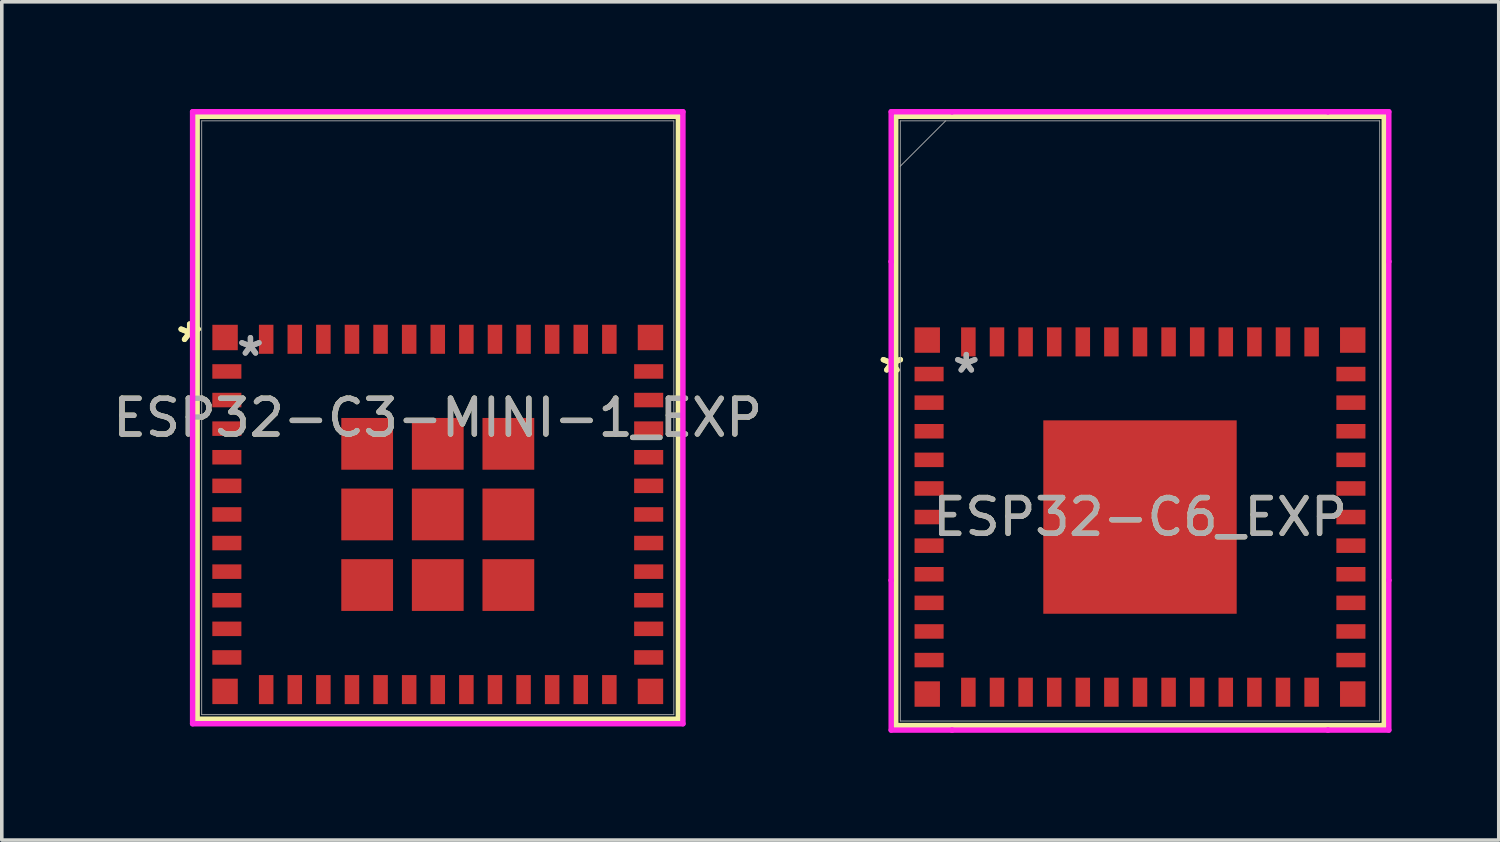
<source format=kicad_pcb>
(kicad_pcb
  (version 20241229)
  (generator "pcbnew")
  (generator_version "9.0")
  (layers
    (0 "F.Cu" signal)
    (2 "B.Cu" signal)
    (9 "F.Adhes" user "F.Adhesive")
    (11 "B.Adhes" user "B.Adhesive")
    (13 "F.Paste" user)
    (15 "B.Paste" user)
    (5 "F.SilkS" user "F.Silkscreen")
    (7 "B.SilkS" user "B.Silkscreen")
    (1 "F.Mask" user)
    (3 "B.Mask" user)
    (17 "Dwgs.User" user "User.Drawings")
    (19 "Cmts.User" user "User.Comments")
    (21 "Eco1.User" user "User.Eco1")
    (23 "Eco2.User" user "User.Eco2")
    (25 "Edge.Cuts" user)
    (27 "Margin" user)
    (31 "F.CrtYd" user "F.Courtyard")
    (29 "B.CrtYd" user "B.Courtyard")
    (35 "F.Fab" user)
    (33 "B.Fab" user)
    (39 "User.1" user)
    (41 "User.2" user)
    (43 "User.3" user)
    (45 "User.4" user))
  (footprint "ESP32-C6_EXP"
    (layer "F.Cu")
    (at 28.84 8.725)
    (property "Reference" "ESP32-C6_EXP" (at 0 2.689 0) (unlocked yes) (layer "F.SilkS") (effects (font (size 1 1) (thickness 0.15))))
    (attr smd)
    (fp_line (start -6.833 -8.522) (end -6.833 8.522) (stroke (width 0.152) (type solid)) (layer "F.SilkS"))
    (fp_line (start -6.833 8.522) (end 6.833 8.522) (stroke (width 0.152) (type solid)) (layer "F.SilkS"))
    (fp_line (start 6.833 -8.522) (end -6.833 -8.522) (stroke (width 0.152) (type solid)) (layer "F.SilkS"))
    (fp_line (start 6.833 8.522) (end 6.833 -8.522) (stroke (width 0.152) (type solid)) (layer "F.SilkS"))
    (fp_poly (pts (xy -2.605 -2.605) (xy -2.605 -1.453) (xy -1.453 -1.453) (xy -1.453 -2.605)) (stroke (width 0) (type solid)) (fill yes) (layer "F.Paste"))
    (fp_poly (pts (xy -2.605 -1.253) (xy -2.605 -0.1) (xy -1.453 -0.1) (xy -1.453 -1.253)) (stroke (width 0) (type solid)) (fill yes) (layer "F.Paste"))
    (fp_poly (pts (xy -2.605 0.1) (xy -2.605 1.253) (xy -1.453 1.253) (xy -1.453 0.1)) (stroke (width 0) (type solid)) (fill yes) (layer "F.Paste"))
    (fp_poly (pts (xy -2.605 1.453) (xy -2.605 2.605) (xy -1.453 2.605) (xy -1.453 1.453)) (stroke (width 0) (type solid)) (fill yes) (layer "F.Paste"))
    (fp_poly (pts (xy -1.253 -2.605) (xy -1.253 -1.453) (xy -0.1 -1.453) (xy -0.1 -2.605)) (stroke (width 0) (type solid)) (fill yes) (layer "F.Paste"))
    (fp_poly (pts (xy -1.253 -1.253) (xy -1.253 -0.1) (xy -0.1 -0.1) (xy -0.1 -1.253)) (stroke (width 0) (type solid)) (fill yes) (layer "F.Paste"))
    (fp_poly (pts (xy -1.253 0.1) (xy -1.253 1.253) (xy -0.1 1.253) (xy -0.1 0.1)) (stroke (width 0) (type solid)) (fill yes) (layer "F.Paste"))
    (fp_poly (pts (xy -1.253 1.453) (xy -1.253 2.605) (xy -0.1 2.605) (xy -0.1 1.453)) (stroke (width 0) (type solid)) (fill yes) (layer "F.Paste"))
    (fp_poly (pts (xy 0.1 -2.605) (xy 0.1 -1.453) (xy 1.253 -1.453) (xy 1.253 -2.605)) (stroke (width 0) (type solid)) (fill yes) (layer "F.Paste"))
    (fp_poly (pts (xy 0.1 -1.253) (xy 0.1 -0.1) (xy 1.253 -0.1) (xy 1.253 -1.253)) (stroke (width 0) (type solid)) (fill yes) (layer "F.Paste"))
    (fp_poly (pts (xy 0.1 0.1) (xy 0.1 1.253) (xy 1.253 1.253) (xy 1.253 0.1)) (stroke (width 0) (type solid)) (fill yes) (layer "F.Paste"))
    (fp_poly (pts (xy 0.1 1.453) (xy 0.1 2.605) (xy 1.253 2.605) (xy 1.253 1.453)) (stroke (width 0) (type solid)) (fill yes) (layer "F.Paste"))
    (fp_poly (pts (xy 1.453 -2.605) (xy 1.453 -1.453) (xy 2.605 -1.453) (xy 2.605 -2.605)) (stroke (width 0) (type solid)) (fill yes) (layer "F.Paste"))
    (fp_poly (pts (xy 1.453 -1.253) (xy 1.453 -0.1) (xy 2.605 -0.1) (xy 2.605 -1.253)) (stroke (width 0) (type solid)) (fill yes) (layer "F.Paste"))
    (fp_poly (pts (xy 1.453 0.1) (xy 1.453 1.253) (xy 2.605 1.253) (xy 2.605 0.1)) (stroke (width 0) (type solid)) (fill yes) (layer "F.Paste"))
    (fp_poly (pts (xy 1.453 1.453) (xy 1.453 2.605) (xy 2.605 2.605) (xy 2.605 1.453)) (stroke (width 0) (type solid)) (fill yes) (layer "F.Paste"))
    (fp_line (start -6.96 -8.649) (end -5.258 -8.649) (stroke (width 0.152) (type solid)) (layer "F.CrtYd"))
    (fp_line (start -6.96 -4.458) (end -6.96 -8.649) (stroke (width 0.152) (type solid)) (layer "F.CrtYd"))
    (fp_line (start -6.96 -4.458) (end -6.96 -4.458) (stroke (width 0.152) (type solid)) (layer "F.CrtYd"))
    (fp_line (start -6.96 4.458) (end -6.96 -4.458) (stroke (width 0.152) (type solid)) (layer "F.CrtYd"))
    (fp_line (start -6.96 4.458) (end -6.96 4.458) (stroke (width 0.152) (type solid)) (layer "F.CrtYd"))
    (fp_line (start -6.96 8.649) (end -6.96 4.458) (stroke (width 0.152) (type solid)) (layer "F.CrtYd"))
    (fp_line (start -5.258 -8.649) (end -5.258 -8.649) (stroke (width 0.152) (type solid)) (layer "F.CrtYd"))
    (fp_line (start -5.258 -8.649) (end 5.258 -8.649) (stroke (width 0.152) (type solid)) (layer "F.CrtYd"))
    (fp_line (start -5.258 8.649) (end -6.96 8.649) (stroke (width 0.152) (type solid)) (layer "F.CrtYd"))
    (fp_line (start -5.258 8.649) (end -5.258 8.649) (stroke (width 0.152) (type solid)) (layer "F.CrtYd"))
    (fp_line (start 5.258 -8.649) (end 5.258 -8.649) (stroke (width 0.152) (type solid)) (layer "F.CrtYd"))
    (fp_line (start 5.258 -8.649) (end 6.96 -8.649) (stroke (width 0.152) (type solid)) (layer "F.CrtYd"))
    (fp_line (start 5.258 8.649) (end -5.258 8.649) (stroke (width 0.152) (type solid)) (layer "F.CrtYd"))
    (fp_line (start 5.258 8.649) (end 5.258 8.649) (stroke (width 0.152) (type solid)) (layer "F.CrtYd"))
    (fp_line (start 6.96 -8.649) (end 6.96 -4.458) (stroke (width 0.152) (type solid)) (layer "F.CrtYd"))
    (fp_line (start 6.96 -4.458) (end 6.96 -4.458) (stroke (width 0.152) (type solid)) (layer "F.CrtYd"))
    (fp_line (start 6.96 -4.458) (end 6.96 4.458) (stroke (width 0.152) (type solid)) (layer "F.CrtYd"))
    (fp_line (start 6.96 4.458) (end 6.96 4.458) (stroke (width 0.152) (type solid)) (layer "F.CrtYd"))
    (fp_line (start 6.96 4.458) (end 6.96 8.649) (stroke (width 0.152) (type solid)) (layer "F.CrtYd"))
    (fp_line (start 6.96 8.649) (end 5.258 8.649) (stroke (width 0.152) (type solid)) (layer "F.CrtYd"))
    (fp_line (start -6.706 -8.395) (end -6.706 8.395) (stroke (width 0.025) (type solid)) (layer "F.Fab"))
    (fp_line (start -6.706 -7.125) (end -5.436 -8.395) (stroke (width 0.025) (type solid)) (layer "F.Fab"))
    (fp_line (start -6.706 8.395) (end 6.706 8.395) (stroke (width 0.025) (type solid)) (layer "F.Fab"))
    (fp_line (start 6.706 -8.395) (end -6.706 -8.395) (stroke (width 0.025) (type solid)) (layer "F.Fab"))
    (fp_line (start 6.706 8.395) (end 6.706 -8.395) (stroke (width 0.025) (type solid)) (layer "F.Fab"))
    (fp_text user "*" (at -6.941 -1.311 0) (unlocked yes) (layer "F.SilkS") (effects (font (size 1 1) (thickness 0.15))))
    (fp_text user "*" (at -6.941 -1.311 0) (layer "F.SilkS") (effects (font (size 1 1) (thickness 0.15))))
    (fp_text user "${REFERENCE}" (at 0 2.689 0) (unlocked yes) (layer "F.Fab") (effects (font (size 1 1) (thickness 0.15))))
    (fp_text user "*" (at -4.859 -1.311 0) (unlocked yes) (layer "F.Fab") (effects (font (size 1 1) (thickness 0.15))))
    (fp_text user "*" (at -4.859 -1.311 0) (layer "F.Fab") (effects (font (size 1 1) (thickness 0.15))))
    (pad "1" smd rect (at -5.9 -1.311) (size 0.813 0.406) (layers "F.Cu" "F.Mask" "F.Paste"))
    (pad "2" smd rect (at -5.9 -0.511) (size 0.813 0.406) (layers "F.Cu" "F.Mask" "F.Paste"))
    (pad "3" smd rect (at -5.9 0.289) (size 0.813 0.406) (layers "F.Cu" "F.Mask" "F.Paste"))
    (pad "4" smd rect (at -5.9 1.089) (size 0.813 0.406) (layers "F.Cu" "F.Mask" "F.Paste"))
    (pad "5" smd rect (at -5.9 1.889) (size 0.813 0.406) (layers "F.Cu" "F.Mask" "F.Paste"))
    (pad "6" smd rect (at -5.9 2.689) (size 0.813 0.406) (layers "F.Cu" "F.Mask" "F.Paste"))
    (pad "7" smd rect (at -5.9 3.489) (size 0.813 0.406) (layers "F.Cu" "F.Mask" "F.Paste"))
    (pad "8" smd rect (at -5.9 4.289) (size 0.813 0.406) (layers "F.Cu" "F.Mask" "F.Paste"))
    (pad "9" smd rect (at -5.9 5.089) (size 0.813 0.406) (layers "F.Cu" "F.Mask" "F.Paste"))
    (pad "10" smd rect (at -5.9 5.889) (size 0.813 0.406) (layers "F.Cu" "F.Mask" "F.Paste"))
    (pad "11" smd rect (at -5.9 6.69) (size 0.813 0.406) (layers "F.Cu" "F.Mask" "F.Paste"))
    (pad "12" smd rect (at -4.801 7.589 90) (size 0.813 0.406) (layers "F.Cu" "F.Mask" "F.Paste"))
    (pad "13" smd rect (at -4 7.589 90) (size 0.813 0.406) (layers "F.Cu" "F.Mask" "F.Paste"))
    (pad "14" smd rect (at -3.2 7.589 90) (size 0.813 0.406) (layers "F.Cu" "F.Mask" "F.Paste"))
    (pad "15" smd rect (at -2.4 7.589 90) (size 0.813 0.406) (layers "F.Cu" "F.Mask" "F.Paste"))
    (pad "16" smd rect (at -1.6 7.589 90) (size 0.813 0.406) (layers "F.Cu" "F.Mask" "F.Paste"))
    (pad "17" smd rect (at -0.8 7.589 90) (size 0.813 0.406) (layers "F.Cu" "F.Mask" "F.Paste"))
    (pad "18" smd rect (at 0 7.589 90) (size 0.813 0.406) (layers "F.Cu" "F.Mask" "F.Paste"))
    (pad "19" smd rect (at 0.8 7.589 90) (size 0.813 0.406) (layers "F.Cu" "F.Mask" "F.Paste"))
    (pad "20" smd rect (at 1.6 7.589 90) (size 0.813 0.406) (layers "F.Cu" "F.Mask" "F.Paste"))
    (pad "21" smd rect (at 2.4 7.589 90) (size 0.813 0.406) (layers "F.Cu" "F.Mask" "F.Paste"))
    (pad "22" smd rect (at 3.2 7.589 90) (size 0.813 0.406) (layers "F.Cu" "F.Mask" "F.Paste"))
    (pad "23" smd rect (at 4 7.589 90) (size 0.813 0.406) (layers "F.Cu" "F.Mask" "F.Paste"))
    (pad "24" smd rect (at 4.801 7.589 90) (size 0.813 0.406) (layers "F.Cu" "F.Mask" "F.Paste"))
    (pad "25" smd rect (at 5.9 6.69) (size 0.813 0.406) (layers "F.Cu" "F.Mask" "F.Paste"))
    (pad "26" smd rect (at 5.9 5.889) (size 0.813 0.406) (layers "F.Cu" "F.Mask" "F.Paste"))
    (pad "27" smd rect (at 5.9 5.089) (size 0.813 0.406) (layers "F.Cu" "F.Mask" "F.Paste"))
    (pad "28" smd rect (at 5.9 4.289) (size 0.813 0.406) (layers "F.Cu" "F.Mask" "F.Paste"))
    (pad "29" smd rect (at 5.9 3.489) (size 0.813 0.406) (layers "F.Cu" "F.Mask" "F.Paste"))
    (pad "30" smd rect (at 5.9 2.689) (size 0.813 0.406) (layers "F.Cu" "F.Mask" "F.Paste"))
    (pad "31" smd rect (at 5.9 1.889) (size 0.813 0.406) (layers "F.Cu" "F.Mask" "F.Paste"))
    (pad "32" smd rect (at 5.9 1.089) (size 0.813 0.406) (layers "F.Cu" "F.Mask" "F.Paste"))
    (pad "33" smd rect (at 5.9 0.289) (size 0.813 0.406) (layers "F.Cu" "F.Mask" "F.Paste"))
    (pad "34" smd rect (at 5.9 -0.511) (size 0.813 0.406) (layers "F.Cu" "F.Mask" "F.Paste"))
    (pad "35" smd rect (at 5.9 -1.311) (size 0.813 0.406) (layers "F.Cu" "F.Mask" "F.Paste"))
    (pad "36" smd rect (at 4.801 -2.211 90) (size 0.813 0.406) (layers "F.Cu" "F.Mask" "F.Paste"))
    (pad "37" smd rect (at 4 -2.211 90) (size 0.813 0.406) (layers "F.Cu" "F.Mask" "F.Paste"))
    (pad "38" smd rect (at 3.2 -2.211 90) (size 0.813 0.406) (layers "F.Cu" "F.Mask" "F.Paste"))
    (pad "39" smd rect (at 2.4 -2.211 90) (size 0.813 0.406) (layers "F.Cu" "F.Mask" "F.Paste"))
    (pad "40" smd rect (at 1.6 -2.211 90) (size 0.813 0.406) (layers "F.Cu" "F.Mask" "F.Paste"))
    (pad "41" smd rect (at 0.8 -2.211 90) (size 0.813 0.406) (layers "F.Cu" "F.Mask" "F.Paste"))
    (pad "42" smd rect (at 0 -2.211 90) (size 0.813 0.406) (layers "F.Cu" "F.Mask" "F.Paste"))
    (pad "43" smd rect (at -0.8 -2.211 90) (size 0.813 0.406) (layers "F.Cu" "F.Mask" "F.Paste"))
    (pad "44" smd rect (at -1.6 -2.211 90) (size 0.813 0.406) (layers "F.Cu" "F.Mask" "F.Paste"))
    (pad "45" smd rect (at -2.4 -2.211 90) (size 0.813 0.406) (layers "F.Cu" "F.Mask" "F.Paste"))
    (pad "46" smd rect (at -3.2 -2.211 90) (size 0.813 0.406) (layers "F.Cu" "F.Mask" "F.Paste"))
    (pad "47" smd rect (at -4 -2.211 90) (size 0.813 0.406) (layers "F.Cu" "F.Mask" "F.Paste"))
    (pad "48" smd rect (at -4.801 -2.211 90) (size 0.813 0.406) (layers "F.Cu" "F.Mask" "F.Paste"))
    (pad "49" smd rect (at 0 2.689) (size 5.41 5.41) (layers "F.Cu" "F.Mask"))
    (pad "50" smd rect (at 5.951 7.64) (size 0.711 0.711) (layers "F.Cu" "F.Mask" "F.Paste"))
    (pad "51" smd rect (at 5.951 -2.262) (size 0.711 0.711) (layers "F.Cu" "F.Mask" "F.Paste"))
    (pad "52" smd rect (at -5.951 7.64) (size 0.711 0.711) (layers "F.Cu" "F.Mask" "F.Paste"))
    (pad "53" smd rect (at -5.951 -2.262) (size 0.711 0.711) (layers "F.Cu" "F.Mask" "F.Paste")))
  (footprint "ESP32-C3-MINI-1_EXP"
    (layer "F.Cu")
    (at 9.196 8.636)
    (property "Reference" "ESP32-C3-MINI-1_EXP" (at 0 0 0) (unlocked yes) (layer "F.SilkS") (effects (font (size 1 1) (thickness 0.15))))
    (attr smd)
    (fp_line (start -6.731 -8.433) (end 6.731 -8.433) (stroke (width 0.152) (type solid)) (layer "F.SilkS"))
    (fp_line (start -6.731 8.433) (end -6.731 -8.433) (stroke (width 0.152) (type solid)) (layer "F.SilkS"))
    (fp_line (start 6.731 -8.433) (end 6.731 8.433) (stroke (width 0.152) (type solid)) (layer "F.SilkS"))
    (fp_line (start 6.731 8.433) (end -6.731 8.433) (stroke (width 0.152) (type solid)) (layer "F.SilkS"))
    (fp_poly (pts (xy -6.604 -8.306) (xy -6.604 -2.896) (xy 6.604 -2.896) (xy 6.604 -8.306)) (stroke (width 0.1) (type solid)) (fill no) (layer "Eco2.User"))
    (fp_line (start -6.858 -8.56) (end -6.858 8.56) (stroke (width 0.152) (type solid)) (layer "F.CrtYd"))
    (fp_line (start -6.858 8.56) (end 6.858 8.56) (stroke (width 0.152) (type solid)) (layer "F.CrtYd"))
    (fp_line (start 6.858 -8.56) (end -6.858 -8.56) (stroke (width 0.152) (type solid)) (layer "F.CrtYd"))
    (fp_line (start 6.858 8.56) (end 6.858 -8.56) (stroke (width 0.152) (type solid)) (layer "F.CrtYd"))
    (fp_line (start -6.604 -8.306) (end -6.604 8.306) (stroke (width 0.025) (type solid)) (layer "F.Fab"))
    (fp_line (start -6.604 8.306) (end 6.604 8.306) (stroke (width 0.025) (type solid)) (layer "F.Fab"))
    (fp_line (start 6.604 -8.306) (end -6.604 -8.306) (stroke (width 0.025) (type solid)) (layer "F.Fab"))
    (fp_line (start 6.604 8.306) (end 6.604 -8.306) (stroke (width 0.025) (type solid)) (layer "F.Fab"))
    (fp_text user "*" (at -6.941 -2.076 0) (layer "F.SilkS") (effects (font (size 1 1) (thickness 0.15))))
    (fp_text user "*" (at -6.941 -2.076 0) (unlocked yes) (layer "F.SilkS") (effects (font (size 1 1) (thickness 0.15))))
    (fp_text user "*" (at -5.24 -1.695 0) (unlocked yes) (layer "F.Fab") (effects (font (size 1 1) (thickness 0.15))))
    (fp_text user "${REFERENCE}" (at 0 0 0) (unlocked yes) (layer "F.Fab") (effects (font (size 1 1) (thickness 0.15))))
    (fp_text user "*" (at -5.24 -1.695 0) (layer "F.Fab") (effects (font (size 1 1) (thickness 0.15))))
    (pad "1" smd rect (at -5.9 -1.295 90) (size 0.406 0.813) (layers "F.Cu" "F.Mask" "F.Paste"))
    (pad "2" smd rect (at -5.9 -0.495 90) (size 0.406 0.813) (layers "F.Cu" "F.Mask" "F.Paste"))
    (pad "3" smd rect (at -5.9 0.305 90) (size 0.406 0.813) (layers "F.Cu" "F.Mask" "F.Paste"))
    (pad "4" smd rect (at -5.9 1.105 90) (size 0.406 0.813) (layers "F.Cu" "F.Mask" "F.Paste"))
    (pad "5" smd rect (at -5.9 1.905 90) (size 0.406 0.813) (layers "F.Cu" "F.Mask" "F.Paste"))
    (pad "6" smd rect (at -5.9 2.705 90) (size 0.406 0.813) (layers "F.Cu" "F.Mask" "F.Paste"))
    (pad "7" smd rect (at -5.9 3.505 90) (size 0.406 0.813) (layers "F.Cu" "F.Mask" "F.Paste"))
    (pad "8" smd rect (at -5.9 4.305 90) (size 0.406 0.813) (layers "F.Cu" "F.Mask" "F.Paste"))
    (pad "9" smd rect (at -5.9 5.105 90) (size 0.406 0.813) (layers "F.Cu" "F.Mask" "F.Paste"))
    (pad "10" smd rect (at -5.9 5.905 90) (size 0.406 0.813) (layers "F.Cu" "F.Mask" "F.Paste"))
    (pad "11" smd rect (at -5.9 6.705 90) (size 0.406 0.813) (layers "F.Cu" "F.Mask" "F.Paste"))
    (pad "12" smd rect (at -4.8 7.605) (size 0.406 0.813) (layers "F.Cu" "F.Mask" "F.Paste"))
    (pad "13" smd rect (at -4 7.605) (size 0.406 0.813) (layers "F.Cu" "F.Mask" "F.Paste"))
    (pad "14" smd rect (at -3.2 7.605) (size 0.406 0.813) (layers "F.Cu" "F.Mask" "F.Paste"))
    (pad "15" smd rect (at -2.4 7.605) (size 0.406 0.813) (layers "F.Cu" "F.Mask" "F.Paste"))
    (pad "16" smd rect (at -1.6 7.605) (size 0.406 0.813) (layers "F.Cu" "F.Mask" "F.Paste"))
    (pad "17" smd rect (at -0.8 7.605) (size 0.406 0.813) (layers "F.Cu" "F.Mask" "F.Paste"))
    (pad "18" smd rect (at 0 7.605) (size 0.406 0.813) (layers "F.Cu" "F.Mask" "F.Paste"))
    (pad "19" smd rect (at 0.8 7.605) (size 0.406 0.813) (layers "F.Cu" "F.Mask" "F.Paste"))
    (pad "20" smd rect (at 1.6 7.605) (size 0.406 0.813) (layers "F.Cu" "F.Mask" "F.Paste"))
    (pad "21" smd rect (at 2.4 7.605) (size 0.406 0.813) (layers "F.Cu" "F.Mask" "F.Paste"))
    (pad "22" smd rect (at 3.2 7.605) (size 0.406 0.813) (layers "F.Cu" "F.Mask" "F.Paste"))
    (pad "23" smd rect (at 4 7.605) (size 0.406 0.813) (layers "F.Cu" "F.Mask" "F.Paste"))
    (pad "24" smd rect (at 4.8 7.605) (size 0.406 0.813) (layers "F.Cu" "F.Mask" "F.Paste"))
    (pad "25" smd rect (at 5.9 6.705 90) (size 0.406 0.813) (layers "F.Cu" "F.Mask" "F.Paste"))
    (pad "26" smd rect (at 5.9 5.905 90) (size 0.406 0.813) (layers "F.Cu" "F.Mask" "F.Paste"))
    (pad "27" smd rect (at 5.9 5.105 90) (size 0.406 0.813) (layers "F.Cu" "F.Mask" "F.Paste"))
    (pad "28" smd rect (at 5.9 4.305 90) (size 0.406 0.813) (layers "F.Cu" "F.Mask" "F.Paste"))
    (pad "29" smd rect (at 5.9 3.505 90) (size 0.406 0.813) (layers "F.Cu" "F.Mask" "F.Paste"))
    (pad "30" smd rect (at 5.9 2.705 90) (size 0.406 0.813) (layers "F.Cu" "F.Mask" "F.Paste"))
    (pad "31" smd rect (at 5.9 1.905 90) (size 0.406 0.813) (layers "F.Cu" "F.Mask" "F.Paste"))
    (pad "32" smd rect (at 5.9 1.105 90) (size 0.406 0.813) (layers "F.Cu" "F.Mask" "F.Paste"))
    (pad "33" smd rect (at 5.9 0.305 90) (size 0.406 0.813) (layers "F.Cu" "F.Mask" "F.Paste"))
    (pad "34" smd rect (at 5.9 -0.495 90) (size 0.406 0.813) (layers "F.Cu" "F.Mask" "F.Paste"))
    (pad "35" smd rect (at 5.9 -1.295 90) (size 0.406 0.813) (layers "F.Cu" "F.Mask" "F.Paste"))
    (pad "36" smd rect (at 4.8 -2.195) (size 0.406 0.813) (layers "F.Cu" "F.Mask" "F.Paste"))
    (pad "37" smd rect (at 4 -2.195) (size 0.406 0.813) (layers "F.Cu" "F.Mask" "F.Paste"))
    (pad "38" smd rect (at 3.2 -2.195) (size 0.406 0.813) (layers "F.Cu" "F.Mask" "F.Paste"))
    (pad "39" smd rect (at 2.4 -2.195) (size 0.406 0.813) (layers "F.Cu" "F.Mask" "F.Paste"))
    (pad "40" smd rect (at 1.6 -2.195) (size 0.406 0.813) (layers "F.Cu" "F.Mask" "F.Paste"))
    (pad "41" smd rect (at 0.8 -2.195) (size 0.406 0.813) (layers "F.Cu" "F.Mask" "F.Paste"))
    (pad "42" smd rect (at 0 -2.195) (size 0.406 0.813) (layers "F.Cu" "F.Mask" "F.Paste"))
    (pad "43" smd rect (at -0.8 -2.195) (size 0.406 0.813) (layers "F.Cu" "F.Mask" "F.Paste"))
    (pad "44" smd rect (at -1.6 -2.195) (size 0.406 0.813) (layers "F.Cu" "F.Mask" "F.Paste"))
    (pad "45" smd rect (at -2.4 -2.195) (size 0.406 0.813) (layers "F.Cu" "F.Mask" "F.Paste"))
    (pad "46" smd rect (at -3.2 -2.195) (size 0.406 0.813) (layers "F.Cu" "F.Mask" "F.Paste"))
    (pad "47" smd rect (at -4 -2.195) (size 0.406 0.813) (layers "F.Cu" "F.Mask" "F.Paste"))
    (pad "48" smd rect (at -4.8 -2.195) (size 0.406 0.813) (layers "F.Cu" "F.Mask" "F.Paste"))
    (pad "49" smd rect (at 0 2.705 90) (size 1.448 1.448) (layers "F.Cu" "F.Mask" "F.Paste"))
    (pad "50" smd rect (at 5.95 -2.245 90) (size 0.711 0.711) (layers "F.Cu" "F.Mask" "F.Paste"))
    (pad "51" smd rect (at 5.95 7.655 90) (size 0.711 0.711) (layers "F.Cu" "F.Mask" "F.Paste"))
    (pad "52" smd rect (at -5.95 7.655 90) (size 0.711 0.711) (layers "F.Cu" "F.Mask" "F.Paste"))
    (pad "53" smd rect (at -5.95 -2.245 90) (size 0.711 0.711) (layers "F.Cu" "F.Mask" "F.Paste"))
    (pad "54" smd rect (at 1.975 0.73 90) (size 1.448 1.448) (layers "F.Cu" "F.Mask" "F.Paste"))
    (pad "55" smd rect (at 1.975 2.705 90) (size 1.448 1.448) (layers "F.Cu" "F.Mask" "F.Paste"))
    (pad "56" smd rect (at 1.975 4.68 90) (size 1.448 1.448) (layers "F.Cu" "F.Mask" "F.Paste"))
    (pad "57" smd rect (at 0 4.68 90) (size 1.448 1.448) (layers "F.Cu" "F.Mask" "F.Paste"))
    (pad "58" smd rect (at -1.975 4.68 90) (size 1.448 1.448) (layers "F.Cu" "F.Mask" "F.Paste"))
    (pad "59" smd rect (at -1.975 2.705 90) (size 1.448 1.448) (layers "F.Cu" "F.Mask" "F.Paste"))
    (pad "60" smd rect (at -1.975 0.73 90) (size 1.448 1.448) (layers "F.Cu" "F.Mask" "F.Paste"))
    (pad "61" smd rect (at 0 0.73 90) (size 1.448 1.448) (layers "F.Cu" "F.Mask" "F.Paste")))
  (gr_rect
    (start -3 -3)
    (end 38.876 20.45)
    (stroke (width 0.1) (type default))
    (fill no)
    (layer "Edge.Cuts")))
</source>
